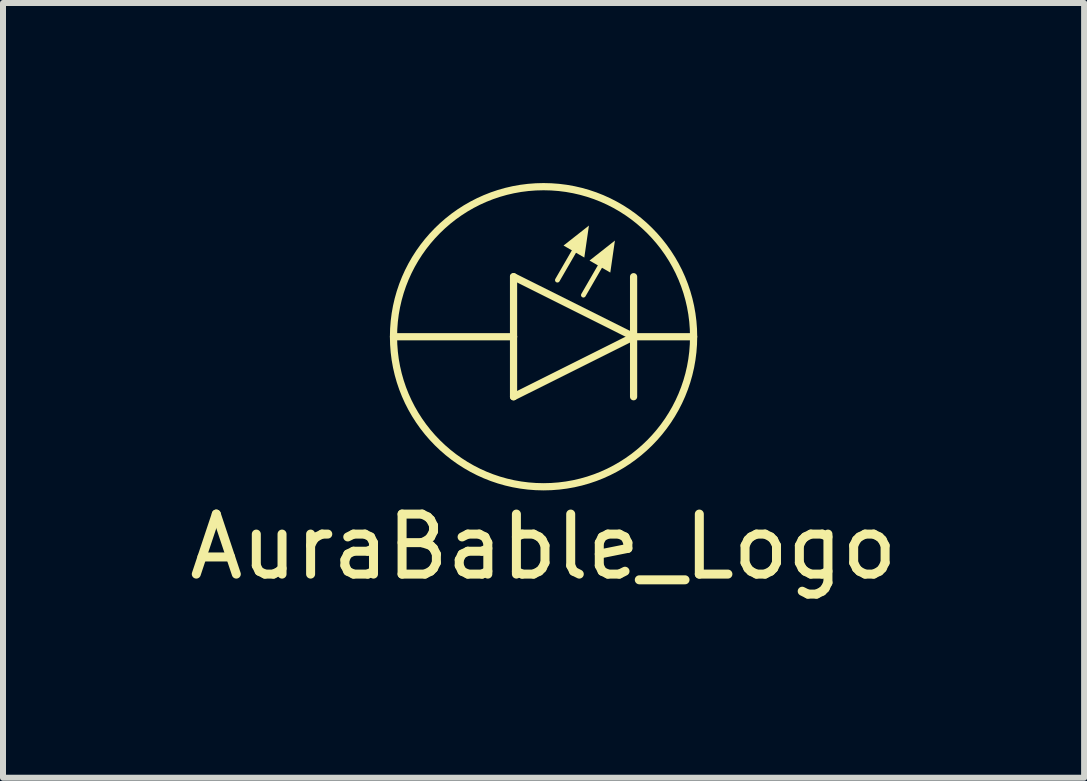
<source format=kicad_pcb>
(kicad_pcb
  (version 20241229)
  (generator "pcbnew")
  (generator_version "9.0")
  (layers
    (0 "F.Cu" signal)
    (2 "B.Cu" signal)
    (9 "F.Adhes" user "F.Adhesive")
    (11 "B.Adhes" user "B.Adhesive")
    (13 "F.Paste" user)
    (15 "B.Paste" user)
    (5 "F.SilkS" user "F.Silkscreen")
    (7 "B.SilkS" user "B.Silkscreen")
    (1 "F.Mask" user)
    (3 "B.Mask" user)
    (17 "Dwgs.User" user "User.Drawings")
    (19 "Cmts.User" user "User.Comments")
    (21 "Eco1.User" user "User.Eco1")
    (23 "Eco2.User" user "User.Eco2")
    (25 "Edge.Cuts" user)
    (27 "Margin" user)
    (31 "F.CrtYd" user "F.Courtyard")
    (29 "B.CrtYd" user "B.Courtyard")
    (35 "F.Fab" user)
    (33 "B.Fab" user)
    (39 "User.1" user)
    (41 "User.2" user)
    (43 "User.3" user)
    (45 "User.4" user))
  (footprint "AuraBable_Logo"
    (layer "F.Cu")
    (at 6.006 2.56)
    (property "Reference" "AuraBable_Logo" (at 0 3.5 0) (layer "F.SilkS") (effects (font (size 1 1) (thickness 0.15))))
    (attr through_hole)
    (fp_line (start -2.5 0) (end -0.5 0) (stroke (width 0.12) (type solid)) (layer "F.SilkS"))
    (fp_line (start -0.5 0) (end -0.5 -1) (stroke (width 0.12) (type solid)) (layer "F.SilkS"))
    (fp_line (start -0.5 0) (end -0.5 1) (stroke (width 0.12) (type solid)) (layer "F.SilkS"))
    (fp_line (start -0.5 1) (end 1.5 0) (stroke (width 0.12) (type solid)) (layer "F.SilkS"))
    (fp_line (start 0.506 -1.419) (end 0.231 -0.943) (stroke (width 0.08) (type solid)) (layer "F.SilkS"))
    (fp_line (start 0.939 -1.169) (end 0.664 -0.693) (stroke (width 0.08) (type solid)) (layer "F.SilkS"))
    (fp_line (start 1.5 -1) (end 1.5 1) (stroke (width 0.12) (type solid)) (layer "F.SilkS"))
    (fp_line (start 1.5 0) (end -0.5 -1) (stroke (width 0.12) (type solid)) (layer "F.SilkS"))
    (fp_line (start 1.5 0) (end 2.5 0) (stroke (width 0.12) (type solid)) (layer "F.SilkS"))
    (fp_circle (center 0 0) (end 2.5 0) (stroke (width 0.12) (type solid)) (fill no) (layer "F.SilkS"))
    (fp_poly (pts (xy 0.679 -1.319) (xy 0.333 -1.519) (xy 0.756 -1.852)) (stroke (width 0) (type solid)) (fill yes) (layer "F.SilkS"))
    (fp_poly (pts (xy 1.112 -1.069) (xy 0.766 -1.269) (xy 1.189 -1.602)) (stroke (width 0) (type solid)) (fill yes) (layer "F.SilkS")))
  (gr_rect
    (start -3 -3)
    (end 15.012 9.908)
    (stroke (width 0.1) (type default))
    (fill no)
    (layer "Edge.Cuts")))
</source>
